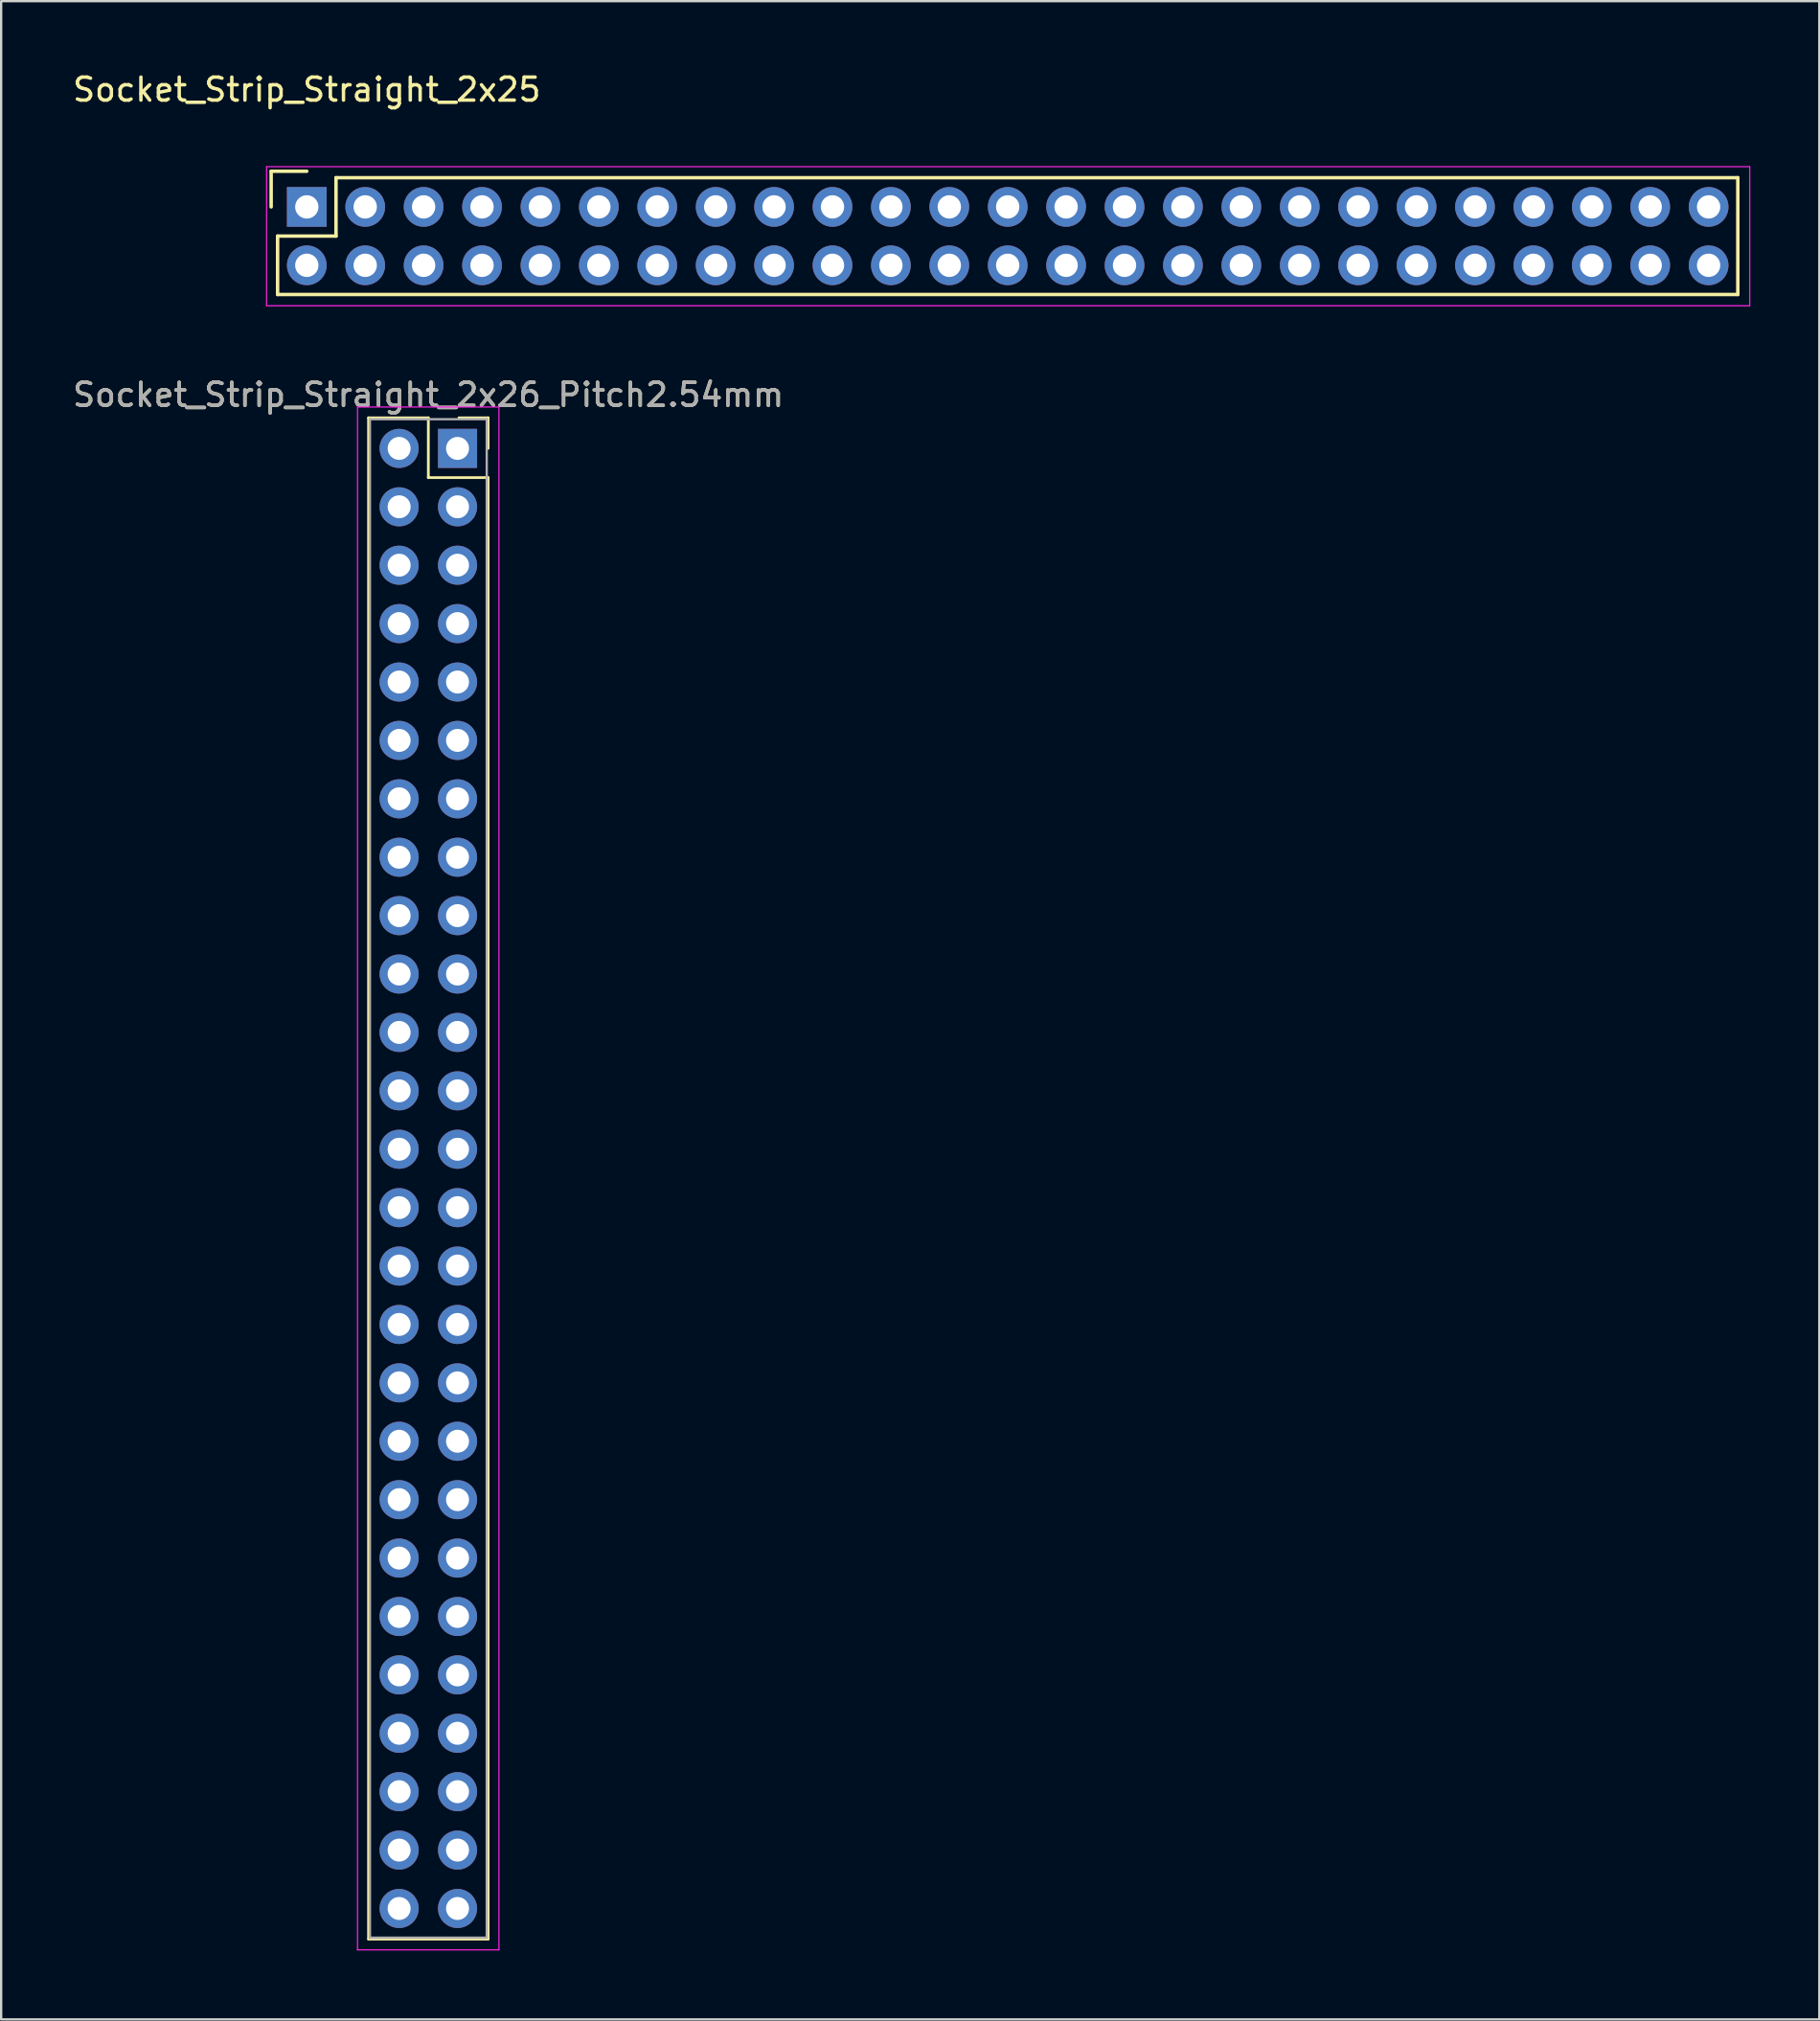
<source format=kicad_pcb>
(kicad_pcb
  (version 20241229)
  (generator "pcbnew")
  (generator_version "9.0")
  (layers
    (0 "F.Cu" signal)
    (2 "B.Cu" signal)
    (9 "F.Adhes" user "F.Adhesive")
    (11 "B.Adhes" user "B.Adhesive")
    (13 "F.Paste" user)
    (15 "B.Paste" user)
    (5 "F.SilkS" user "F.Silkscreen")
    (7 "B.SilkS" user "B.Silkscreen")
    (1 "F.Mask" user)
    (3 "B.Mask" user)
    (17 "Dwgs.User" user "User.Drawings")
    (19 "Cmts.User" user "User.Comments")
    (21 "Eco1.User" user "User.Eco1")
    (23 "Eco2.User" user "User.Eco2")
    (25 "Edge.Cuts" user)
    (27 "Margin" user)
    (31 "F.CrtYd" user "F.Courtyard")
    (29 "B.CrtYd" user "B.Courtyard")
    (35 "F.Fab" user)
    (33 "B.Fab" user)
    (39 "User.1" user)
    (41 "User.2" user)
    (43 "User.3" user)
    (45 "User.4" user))
  (footprint "Socket_Strip_Straight_2x25"
    (layer "F.Cu")
    (at 10.292 5.948)
    (property "Reference" "Socket_Strip_Straight_2x25" (at 0 -5.1 0) (layer "F.SilkS") (effects (font (size 1 1) (thickness 0.15))))
    (attr through_hole)
    (fp_line (start -1.55 -1.55) (end -1.55 0) (stroke (width 0.15) (type solid)) (layer "F.SilkS"))
    (fp_line (start -1.27 1.27) (end 1.27 1.27) (stroke (width 0.15) (type solid)) (layer "F.SilkS"))
    (fp_line (start -1.27 3.81) (end -1.27 1.27) (stroke (width 0.15) (type solid)) (layer "F.SilkS"))
    (fp_line (start 0 -1.55) (end -1.55 -1.55) (stroke (width 0.15) (type solid)) (layer "F.SilkS"))
    (fp_line (start 1.27 -1.27) (end 62.23 -1.27) (stroke (width 0.15) (type solid)) (layer "F.SilkS"))
    (fp_line (start 1.27 1.27) (end 1.27 -1.27) (stroke (width 0.15) (type solid)) (layer "F.SilkS"))
    (fp_line (start 62.23 3.81) (end -1.27 3.81) (stroke (width 0.15) (type solid)) (layer "F.SilkS"))
    (fp_line (start 62.23 3.81) (end 62.23 -1.27) (stroke (width 0.15) (type solid)) (layer "F.SilkS"))
    (fp_line (start -1.75 -1.75) (end -1.75 4.3) (stroke (width 0.05) (type solid)) (layer "F.CrtYd"))
    (fp_line (start -1.75 -1.75) (end 62.75 -1.75) (stroke (width 0.05) (type solid)) (layer "F.CrtYd"))
    (fp_line (start -1.75 4.3) (end 62.75 4.3) (stroke (width 0.05) (type solid)) (layer "F.CrtYd"))
    (fp_line (start 62.75 -1.75) (end 62.75 4.3) (stroke (width 0.05) (type solid)) (layer "F.CrtYd"))
    (pad "1" thru_hole rect (at 0 0) (size 1.727 1.727) (drill 1.016) (layers "*.Cu" "*.Mask"))
    (pad "2" thru_hole oval (at 0 2.54) (size 1.727 1.727) (drill 1.016) (layers "*.Cu" "*.Mask"))
    (pad "3" thru_hole oval (at 2.54 0) (size 1.727 1.727) (drill 1.016) (layers "*.Cu" "*.Mask"))
    (pad "4" thru_hole oval (at 2.54 2.54) (size 1.727 1.727) (drill 1.016) (layers "*.Cu" "*.Mask"))
    (pad "5" thru_hole oval (at 5.08 0) (size 1.727 1.727) (drill 1.016) (layers "*.Cu" "*.Mask"))
    (pad "6" thru_hole oval (at 5.08 2.54) (size 1.727 1.727) (drill 1.016) (layers "*.Cu" "*.Mask"))
    (pad "7" thru_hole oval (at 7.62 0) (size 1.727 1.727) (drill 1.016) (layers "*.Cu" "*.Mask"))
    (pad "8" thru_hole oval (at 7.62 2.54) (size 1.727 1.727) (drill 1.016) (layers "*.Cu" "*.Mask"))
    (pad "9" thru_hole oval (at 10.16 0) (size 1.727 1.727) (drill 1.016) (layers "*.Cu" "*.Mask"))
    (pad "10" thru_hole oval (at 10.16 2.54) (size 1.727 1.727) (drill 1.016) (layers "*.Cu" "*.Mask"))
    (pad "11" thru_hole oval (at 12.7 0) (size 1.727 1.727) (drill 1.016) (layers "*.Cu" "*.Mask"))
    (pad "12" thru_hole oval (at 12.7 2.54) (size 1.727 1.727) (drill 1.016) (layers "*.Cu" "*.Mask"))
    (pad "13" thru_hole oval (at 15.24 0) (size 1.727 1.727) (drill 1.016) (layers "*.Cu" "*.Mask"))
    (pad "14" thru_hole oval (at 15.24 2.54) (size 1.727 1.727) (drill 1.016) (layers "*.Cu" "*.Mask"))
    (pad "15" thru_hole oval (at 17.78 0) (size 1.727 1.727) (drill 1.016) (layers "*.Cu" "*.Mask"))
    (pad "16" thru_hole oval (at 17.78 2.54) (size 1.727 1.727) (drill 1.016) (layers "*.Cu" "*.Mask"))
    (pad "17" thru_hole oval (at 20.32 0) (size 1.727 1.727) (drill 1.016) (layers "*.Cu" "*.Mask"))
    (pad "18" thru_hole oval (at 20.32 2.54) (size 1.727 1.727) (drill 1.016) (layers "*.Cu" "*.Mask"))
    (pad "19" thru_hole oval (at 22.86 0) (size 1.727 1.727) (drill 1.016) (layers "*.Cu" "*.Mask"))
    (pad "20" thru_hole oval (at 22.86 2.54) (size 1.727 1.727) (drill 1.016) (layers "*.Cu" "*.Mask"))
    (pad "21" thru_hole oval (at 25.4 0) (size 1.727 1.727) (drill 1.016) (layers "*.Cu" "*.Mask"))
    (pad "22" thru_hole oval (at 25.4 2.54) (size 1.727 1.727) (drill 1.016) (layers "*.Cu" "*.Mask"))
    (pad "23" thru_hole oval (at 27.94 0) (size 1.727 1.727) (drill 1.016) (layers "*.Cu" "*.Mask"))
    (pad "24" thru_hole oval (at 27.94 2.54) (size 1.727 1.727) (drill 1.016) (layers "*.Cu" "*.Mask"))
    (pad "25" thru_hole oval (at 30.48 0) (size 1.727 1.727) (drill 1.016) (layers "*.Cu" "*.Mask"))
    (pad "26" thru_hole oval (at 30.48 2.54) (size 1.727 1.727) (drill 1.016) (layers "*.Cu" "*.Mask"))
    (pad "27" thru_hole oval (at 33.02 0) (size 1.727 1.727) (drill 1.016) (layers "*.Cu" "*.Mask"))
    (pad "28" thru_hole oval (at 33.02 2.54) (size 1.727 1.727) (drill 1.016) (layers "*.Cu" "*.Mask"))
    (pad "29" thru_hole oval (at 35.56 0) (size 1.727 1.727) (drill 1.016) (layers "*.Cu" "*.Mask"))
    (pad "30" thru_hole oval (at 35.56 2.54) (size 1.727 1.727) (drill 1.016) (layers "*.Cu" "*.Mask"))
    (pad "31" thru_hole oval (at 38.1 0) (size 1.727 1.727) (drill 1.016) (layers "*.Cu" "*.Mask"))
    (pad "32" thru_hole oval (at 38.1 2.54) (size 1.727 1.727) (drill 1.016) (layers "*.Cu" "*.Mask"))
    (pad "33" thru_hole oval (at 40.64 0) (size 1.727 1.727) (drill 1.016) (layers "*.Cu" "*.Mask"))
    (pad "34" thru_hole oval (at 40.64 2.54) (size 1.727 1.727) (drill 1.016) (layers "*.Cu" "*.Mask"))
    (pad "35" thru_hole oval (at 43.18 0) (size 1.727 1.727) (drill 1.016) (layers "*.Cu" "*.Mask"))
    (pad "36" thru_hole oval (at 43.18 2.54) (size 1.727 1.727) (drill 1.016) (layers "*.Cu" "*.Mask"))
    (pad "37" thru_hole oval (at 45.72 0) (size 1.727 1.727) (drill 1.016) (layers "*.Cu" "*.Mask"))
    (pad "38" thru_hole oval (at 45.72 2.54) (size 1.727 1.727) (drill 1.016) (layers "*.Cu" "*.Mask"))
    (pad "39" thru_hole oval (at 48.26 0) (size 1.727 1.727) (drill 1.016) (layers "*.Cu" "*.Mask"))
    (pad "40" thru_hole oval (at 48.26 2.54) (size 1.727 1.727) (drill 1.016) (layers "*.Cu" "*.Mask"))
    (pad "41" thru_hole oval (at 50.8 0) (size 1.727 1.727) (drill 1.016) (layers "*.Cu" "*.Mask"))
    (pad "42" thru_hole oval (at 50.8 2.54) (size 1.727 1.727) (drill 1.016) (layers "*.Cu" "*.Mask"))
    (pad "43" thru_hole oval (at 53.34 0) (size 1.727 1.727) (drill 1.016) (layers "*.Cu" "*.Mask"))
    (pad "44" thru_hole oval (at 53.34 2.54) (size 1.727 1.727) (drill 1.016) (layers "*.Cu" "*.Mask"))
    (pad "45" thru_hole oval (at 55.88 0) (size 1.727 1.727) (drill 1.016) (layers "*.Cu" "*.Mask"))
    (pad "46" thru_hole oval (at 55.88 2.54) (size 1.727 1.727) (drill 1.016) (layers "*.Cu" "*.Mask"))
    (pad "47" thru_hole oval (at 58.42 0) (size 1.727 1.727) (drill 1.016) (layers "*.Cu" "*.Mask"))
    (pad "48" thru_hole oval (at 58.42 2.54) (size 1.727 1.727) (drill 1.016) (layers "*.Cu" "*.Mask"))
    (pad "49" thru_hole oval (at 60.96 0) (size 1.727 1.727) (drill 1.016) (layers "*.Cu" "*.Mask"))
    (pad "50" thru_hole oval (at 60.96 2.54) (size 1.727 1.727) (drill 1.016) (layers "*.Cu" "*.Mask")))
  (footprint "Socket_Strip_Straight_2x26_Pitch2.54mm"
    (layer "F.Cu")
    (at 16.847 16.451)
    (property "Reference" "Socket_Strip_Straight_2x26_Pitch2.54mm" (at -1.27 -2.33 0) (layer "F.SilkS") (effects (font (size 1 1) (thickness 0.15))))
    (attr through_hole)
    (fp_line (start -3.87 -1.33) (end -1.27 -1.33) (stroke (width 0.12) (type solid)) (layer "F.SilkS"))
    (fp_line (start -3.87 64.83) (end -3.87 -1.33) (stroke (width 0.12) (type solid)) (layer "F.SilkS"))
    (fp_line (start -1.27 -1.33) (end -1.27 1.27) (stroke (width 0.12) (type solid)) (layer "F.SilkS"))
    (fp_line (start -1.27 1.27) (end 1.33 1.27) (stroke (width 0.12) (type solid)) (layer "F.SilkS"))
    (fp_line (start 1.33 -1.33) (end 0.06 -1.33) (stroke (width 0.12) (type solid)) (layer "F.SilkS"))
    (fp_line (start 1.33 0) (end 1.33 -1.33) (stroke (width 0.12) (type solid)) (layer "F.SilkS"))
    (fp_line (start 1.33 1.27) (end 1.33 64.83) (stroke (width 0.12) (type solid)) (layer "F.SilkS"))
    (fp_line (start 1.33 64.83) (end -3.87 64.83) (stroke (width 0.12) (type solid)) (layer "F.SilkS"))
    (fp_line (start -4.35 -1.8) (end -4.35 65.3) (stroke (width 0.05) (type solid)) (layer "F.CrtYd"))
    (fp_line (start -4.35 65.3) (end 1.8 65.3) (stroke (width 0.05) (type solid)) (layer "F.CrtYd"))
    (fp_line (start 1.8 -1.8) (end -4.35 -1.8) (stroke (width 0.05) (type solid)) (layer "F.CrtYd"))
    (fp_line (start 1.8 65.3) (end 1.8 -1.8) (stroke (width 0.05) (type solid)) (layer "F.CrtYd"))
    (fp_line (start -3.81 -1.27) (end -3.81 64.77) (stroke (width 0.1) (type solid)) (layer "F.Fab"))
    (fp_line (start -3.81 64.77) (end 1.27 64.77) (stroke (width 0.1) (type solid)) (layer "F.Fab"))
    (fp_line (start 1.27 -1.27) (end -3.81 -1.27) (stroke (width 0.1) (type solid)) (layer "F.Fab"))
    (fp_line (start 1.27 64.77) (end 1.27 -1.27) (stroke (width 0.1) (type solid)) (layer "F.Fab"))
    (fp_text user "${REFERENCE}" (at -1.27 -2.33 0) (layer "F.Fab") (effects (font (size 1 1) (thickness 0.15))))
    (pad "1" thru_hole rect (at 0 0) (size 1.7 1.7) (drill 1) (layers "*.Cu" "*.Mask"))
    (pad "2" thru_hole oval (at -2.54 0) (size 1.7 1.7) (drill 1) (layers "*.Cu" "*.Mask"))
    (pad "3" thru_hole oval (at 0 2.54) (size 1.7 1.7) (drill 1) (layers "*.Cu" "*.Mask"))
    (pad "4" thru_hole oval (at -2.54 2.54) (size 1.7 1.7) (drill 1) (layers "*.Cu" "*.Mask"))
    (pad "5" thru_hole oval (at 0 5.08) (size 1.7 1.7) (drill 1) (layers "*.Cu" "*.Mask"))
    (pad "6" thru_hole oval (at -2.54 5.08) (size 1.7 1.7) (drill 1) (layers "*.Cu" "*.Mask"))
    (pad "7" thru_hole oval (at 0 7.62) (size 1.7 1.7) (drill 1) (layers "*.Cu" "*.Mask"))
    (pad "8" thru_hole oval (at -2.54 7.62) (size 1.7 1.7) (drill 1) (layers "*.Cu" "*.Mask"))
    (pad "9" thru_hole oval (at 0 10.16) (size 1.7 1.7) (drill 1) (layers "*.Cu" "*.Mask"))
    (pad "10" thru_hole oval (at -2.54 10.16) (size 1.7 1.7) (drill 1) (layers "*.Cu" "*.Mask"))
    (pad "11" thru_hole oval (at 0 12.7) (size 1.7 1.7) (drill 1) (layers "*.Cu" "*.Mask"))
    (pad "12" thru_hole oval (at -2.54 12.7) (size 1.7 1.7) (drill 1) (layers "*.Cu" "*.Mask"))
    (pad "13" thru_hole oval (at 0 15.24) (size 1.7 1.7) (drill 1) (layers "*.Cu" "*.Mask"))
    (pad "14" thru_hole oval (at -2.54 15.24) (size 1.7 1.7) (drill 1) (layers "*.Cu" "*.Mask"))
    (pad "15" thru_hole oval (at 0 17.78) (size 1.7 1.7) (drill 1) (layers "*.Cu" "*.Mask"))
    (pad "16" thru_hole oval (at -2.54 17.78) (size 1.7 1.7) (drill 1) (layers "*.Cu" "*.Mask"))
    (pad "17" thru_hole oval (at 0 20.32) (size 1.7 1.7) (drill 1) (layers "*.Cu" "*.Mask"))
    (pad "18" thru_hole oval (at -2.54 20.32) (size 1.7 1.7) (drill 1) (layers "*.Cu" "*.Mask"))
    (pad "19" thru_hole oval (at 0 22.86) (size 1.7 1.7) (drill 1) (layers "*.Cu" "*.Mask"))
    (pad "20" thru_hole oval (at -2.54 22.86) (size 1.7 1.7) (drill 1) (layers "*.Cu" "*.Mask"))
    (pad "21" thru_hole oval (at 0 25.4) (size 1.7 1.7) (drill 1) (layers "*.Cu" "*.Mask"))
    (pad "22" thru_hole oval (at -2.54 25.4) (size 1.7 1.7) (drill 1) (layers "*.Cu" "*.Mask"))
    (pad "23" thru_hole oval (at 0 27.94) (size 1.7 1.7) (drill 1) (layers "*.Cu" "*.Mask"))
    (pad "24" thru_hole oval (at -2.54 27.94) (size 1.7 1.7) (drill 1) (layers "*.Cu" "*.Mask"))
    (pad "25" thru_hole oval (at 0 30.48) (size 1.7 1.7) (drill 1) (layers "*.Cu" "*.Mask"))
    (pad "26" thru_hole oval (at -2.54 30.48) (size 1.7 1.7) (drill 1) (layers "*.Cu" "*.Mask"))
    (pad "27" thru_hole oval (at 0 33.02) (size 1.7 1.7) (drill 1) (layers "*.Cu" "*.Mask"))
    (pad "28" thru_hole oval (at -2.54 33.02) (size 1.7 1.7) (drill 1) (layers "*.Cu" "*.Mask"))
    (pad "29" thru_hole oval (at 0 35.56) (size 1.7 1.7) (drill 1) (layers "*.Cu" "*.Mask"))
    (pad "30" thru_hole oval (at -2.54 35.56) (size 1.7 1.7) (drill 1) (layers "*.Cu" "*.Mask"))
    (pad "31" thru_hole oval (at 0 38.1) (size 1.7 1.7) (drill 1) (layers "*.Cu" "*.Mask"))
    (pad "32" thru_hole oval (at -2.54 38.1) (size 1.7 1.7) (drill 1) (layers "*.Cu" "*.Mask"))
    (pad "33" thru_hole oval (at 0 40.64) (size 1.7 1.7) (drill 1) (layers "*.Cu" "*.Mask"))
    (pad "34" thru_hole oval (at -2.54 40.64) (size 1.7 1.7) (drill 1) (layers "*.Cu" "*.Mask"))
    (pad "35" thru_hole oval (at 0 43.18) (size 1.7 1.7) (drill 1) (layers "*.Cu" "*.Mask"))
    (pad "36" thru_hole oval (at -2.54 43.18) (size 1.7 1.7) (drill 1) (layers "*.Cu" "*.Mask"))
    (pad "37" thru_hole oval (at 0 45.72) (size 1.7 1.7) (drill 1) (layers "*.Cu" "*.Mask"))
    (pad "38" thru_hole oval (at -2.54 45.72) (size 1.7 1.7) (drill 1) (layers "*.Cu" "*.Mask"))
    (pad "39" thru_hole oval (at 0 48.26) (size 1.7 1.7) (drill 1) (layers "*.Cu" "*.Mask"))
    (pad "40" thru_hole oval (at -2.54 48.26) (size 1.7 1.7) (drill 1) (layers "*.Cu" "*.Mask"))
    (pad "41" thru_hole oval (at 0 50.8) (size 1.7 1.7) (drill 1) (layers "*.Cu" "*.Mask"))
    (pad "42" thru_hole oval (at -2.54 50.8) (size 1.7 1.7) (drill 1) (layers "*.Cu" "*.Mask"))
    (pad "43" thru_hole oval (at 0 53.34) (size 1.7 1.7) (drill 1) (layers "*.Cu" "*.Mask"))
    (pad "44" thru_hole oval (at -2.54 53.34) (size 1.7 1.7) (drill 1) (layers "*.Cu" "*.Mask"))
    (pad "45" thru_hole oval (at 0 55.88) (size 1.7 1.7) (drill 1) (layers "*.Cu" "*.Mask"))
    (pad "46" thru_hole oval (at -2.54 55.88) (size 1.7 1.7) (drill 1) (layers "*.Cu" "*.Mask"))
    (pad "47" thru_hole oval (at 0 58.42) (size 1.7 1.7) (drill 1) (layers "*.Cu" "*.Mask"))
    (pad "48" thru_hole oval (at -2.54 58.42) (size 1.7 1.7) (drill 1) (layers "*.Cu" "*.Mask"))
    (pad "49" thru_hole oval (at 0 60.96) (size 1.7 1.7) (drill 1) (layers "*.Cu" "*.Mask"))
    (pad "50" thru_hole oval (at -2.54 60.96) (size 1.7 1.7) (drill 1) (layers "*.Cu" "*.Mask"))
    (pad "51" thru_hole oval (at 0 63.5) (size 1.7 1.7) (drill 1) (layers "*.Cu" "*.Mask"))
    (pad "52" thru_hole oval (at -2.54 63.5) (size 1.7 1.7) (drill 1) (layers "*.Cu" "*.Mask")))
  (gr_rect
    (start -3 -3)
    (end 76.067 84.776)
    (stroke (width 0.1) (type default))
    (fill no)
    (layer "Edge.Cuts")))
</source>
